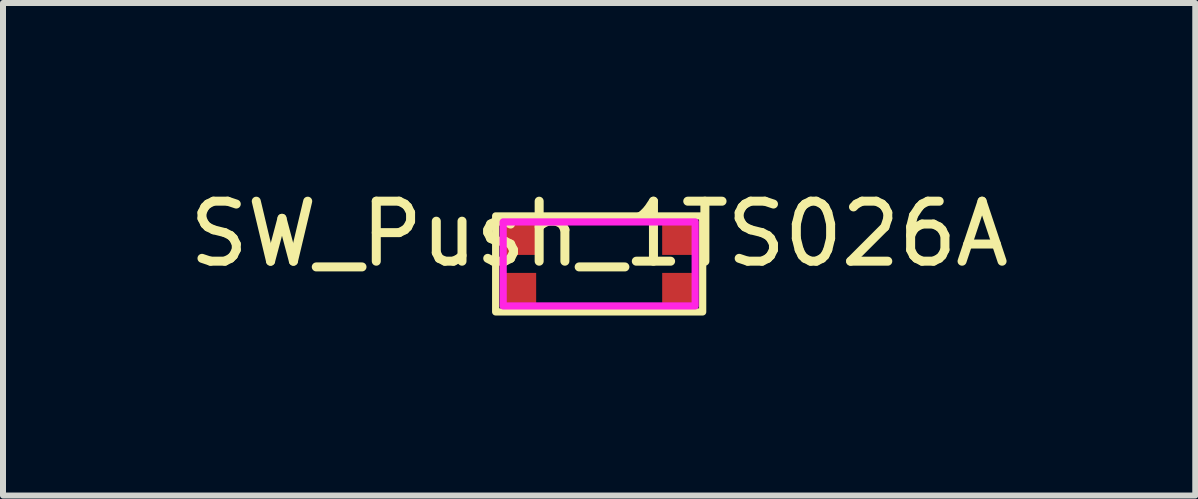
<source format=kicad_pcb>
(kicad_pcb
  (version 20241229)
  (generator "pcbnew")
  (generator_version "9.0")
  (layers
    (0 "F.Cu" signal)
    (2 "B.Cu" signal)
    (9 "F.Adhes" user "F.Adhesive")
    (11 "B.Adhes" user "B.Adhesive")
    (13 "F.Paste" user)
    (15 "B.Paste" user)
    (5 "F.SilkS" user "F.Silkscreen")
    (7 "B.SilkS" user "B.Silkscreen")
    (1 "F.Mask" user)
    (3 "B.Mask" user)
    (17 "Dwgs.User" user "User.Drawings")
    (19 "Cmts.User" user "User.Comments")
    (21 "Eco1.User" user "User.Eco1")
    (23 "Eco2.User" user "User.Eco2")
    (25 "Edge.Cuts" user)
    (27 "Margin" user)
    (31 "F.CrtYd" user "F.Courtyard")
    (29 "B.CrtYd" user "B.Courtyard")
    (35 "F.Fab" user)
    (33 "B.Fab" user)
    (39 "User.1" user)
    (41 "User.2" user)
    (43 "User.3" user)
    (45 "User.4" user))
  (footprint "SW_Push_1TS026A"
    (layer "F.Cu")
    (at 6.935 1.348)
    (property "Reference" "SW_Push_1TS026A" (at 0 -0.5 0) (unlocked yes) (layer "F.SilkS") (effects (font (size 1 1) (thickness 0.15))))
    (attr smd)
    (fp_rect (start -1.725 -0.8) (end 1.725 0.8) (stroke (width 0.12) (type default)) (fill no) (layer "F.SilkS"))
    (fp_rect (start -1.6 -0.7) (end 1.6 0.7) (stroke (width 0.12) (type default)) (fill no) (layer "F.CrtYd"))
    (pad "1" smd rect (at -1.325 -0.4) (size 0.55 0.5) (layers "F.Cu" "F.Mask" "F.Paste"))
    (pad "1" smd rect (at -1.325 0.4) (size 0.55 0.5) (layers "F.Cu" "F.Mask" "F.Paste"))
    (pad "2" smd rect (at 1.325 -0.4) (size 0.55 0.5) (layers "F.Cu" "F.Mask" "F.Paste"))
    (pad "2" smd rect (at 1.325 0.4) (size 0.55 0.5) (layers "F.Cu" "F.Mask" "F.Paste")))
  (gr_rect
    (start -3 -3)
    (end 16.869 5.208)
    (stroke (width 0.1) (type default))
    (fill no)
    (layer "Edge.Cuts")))
</source>
